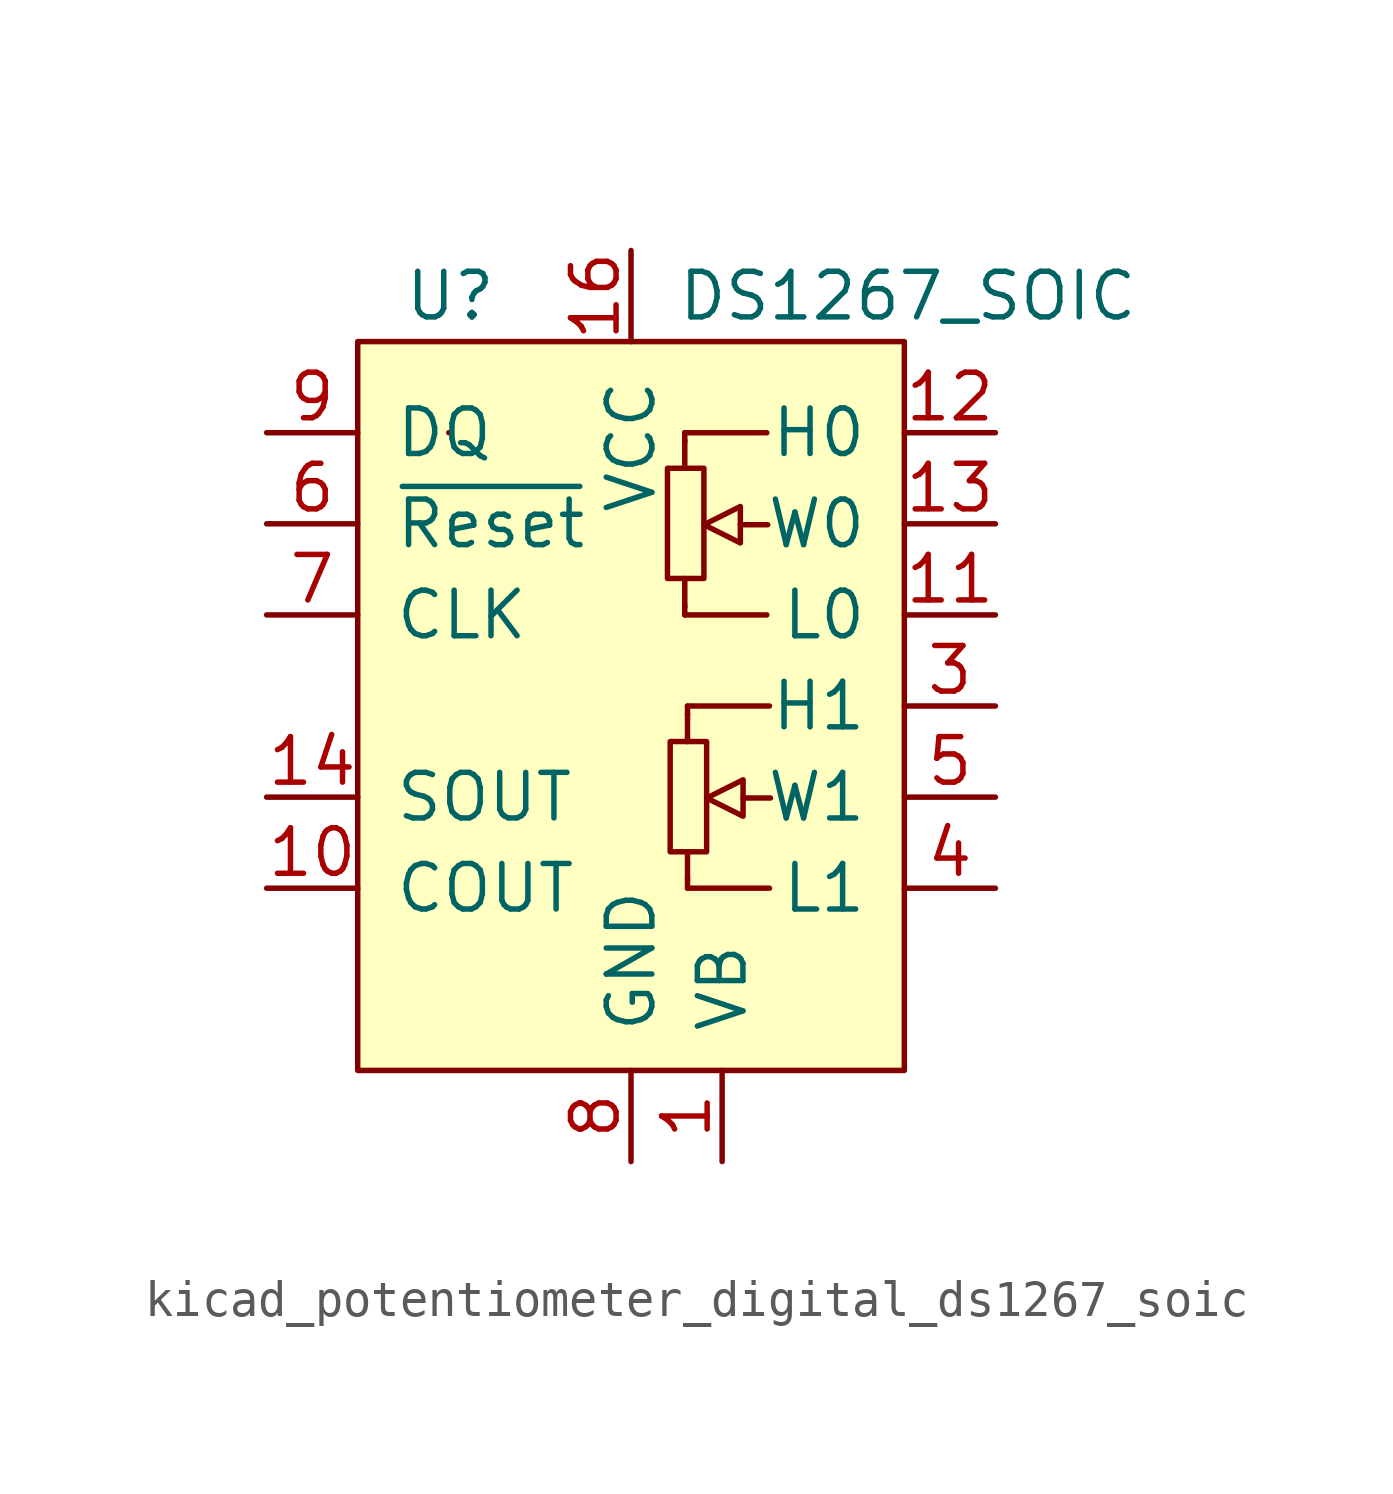
<source format=kicad_sym>
(kicad_symbol_lib
  (version 20220914)
  (generator kicad_symbol_editor)
  (symbol "kicad_potentiometer_digital_ds1267_soic"
    (pin_names
      (offset 1.016))
    (property "Reference" "U"
      (at -6.35 11.43 0)
      (effects (font (size 1.27 1.27)) (justify left)))
    (property "Value" "DS1267_SOIC"
      (at 1.27 11.43 0)
      (effects (font (size 1.27 1.27)) (justify left)))
    (symbol "kicad_potentiometer_digital_ds1267_soic_0_1"
      (rectangle (start -7.62 10.16) (end 7.62 -10.16) (stroke (width 0) (type default)) (fill (type background)))
      (rectangle (start -5.08 7.62) (end -5.08 7.62) (stroke (width 0) (type default)) (fill (type none)))
      (polyline (pts (xy 1.499 2.769) (xy 1.499 3.556)) (stroke (width 0) (type default)) (fill (type none)))
      (polyline (pts (xy 1.499 6.629) (xy 1.499 7.391)) (stroke (width 0) (type default)) (fill (type none)))
      (polyline (pts (xy 1.575 -4.851) (xy 1.575 -4.064)) (stroke (width 0) (type default)) (fill (type none)))
      (polyline (pts (xy 1.575 -0.991) (xy 1.575 -0.229)) (stroke (width 0) (type default)) (fill (type none)))
      (polyline (pts (xy 3.048 5.055) (xy 3.81 5.055)) (stroke (width 0) (type default)) (fill (type none)))
      (polyline (pts (xy 3.124 -2.565) (xy 3.886 -2.565)) (stroke (width 0) (type default)) (fill (type none)))
      (polyline (pts (xy 1.499 2.54) (xy 1.499 2.794) (xy 1.499 2.794)) (stroke (width 0) (type default)) (fill (type background)))
      (polyline (pts (xy 1.499 2.54) (xy 3.785 2.54) (xy 3.785 2.54)) (stroke (width 0) (type default)) (fill (type background)))
      (polyline (pts (xy 1.499 7.62) (xy 1.499 7.366) (xy 1.499 7.366)) (stroke (width 0) (type default)) (fill (type none)))
      (polyline (pts (xy 1.499 7.62) (xy 3.785 7.62) (xy 3.785 7.62)) (stroke (width 0) (type default)) (fill (type background)))
      (polyline (pts (xy 1.575 -5.08) (xy 1.575 -4.826) (xy 1.575 -4.826)) (stroke (width 0) (type default)) (fill (type background)))
      (polyline (pts (xy 1.575 -5.08) (xy 3.861 -5.08) (xy 3.861 -5.08)) (stroke (width 0) (type default)) (fill (type background)))
      (polyline (pts (xy 1.575 0) (xy 1.575 -0.254) (xy 1.575 -0.254)) (stroke (width 0) (type default)) (fill (type none)))
      (polyline (pts (xy 1.575 0) (xy 3.861 0) (xy 3.861 0)) (stroke (width 0) (type default)) (fill (type background)))
      (polyline (pts (xy 3.048 5.563) (xy 3.048 4.547) (xy 2.032 5.055) (xy 3.048 5.563) (xy 3.048 5.563)) (stroke (width 0) (type default)) (fill (type background)))
      (polyline (pts (xy 3.124 -2.057) (xy 3.124 -3.073) (xy 2.108 -2.565) (xy 3.124 -2.057) (xy 3.124 -2.057)) (stroke (width 0) (type default)) (fill (type background)))
      (rectangle (start 2.032 6.629) (end 1.016 3.556) (stroke (width 0) (type default)) (fill (type none)))
      (rectangle (start 2.108 -0.991) (end 1.092 -4.064) (stroke (width 0) (type default)) (fill (type none))))
    (symbol "kicad_potentiometer_digital_ds1267_soic_1_1"
      (pin power_in line (at 2.54 -12.7 90) (length 2.54) (name "VB" (effects (font (size 1.27 1.27)))) (number "1" (effects (font (size 1.27 1.27)))))
      (pin output line (at -10.16 -5.08 0) (length 2.54) (name "COUT" (effects (font (size 1.27 1.27)))) (number "10" (effects (font (size 1.27 1.27)))))
      (pin passive line (at 10.16 2.54 180) (length 2.54) (name "L0" (effects (font (size 1.27 1.27)))) (number "11" (effects (font (size 1.27 1.27)))))
      (pin passive line (at 10.16 7.62 180) (length 2.54) (name "H0" (effects (font (size 1.27 1.27)))) (number "12" (effects (font (size 1.27 1.27)))))
      (pin passive line (at 10.16 5.08 180) (length 2.54) (name "W0" (effects (font (size 1.27 1.27)))) (number "13" (effects (font (size 1.27 1.27)))))
      (pin output line (at -10.16 -2.54 0) (length 2.54) (name "SOUT" (effects (font (size 1.27 1.27)))) (number "14" (effects (font (size 1.27 1.27)))))
      (pin power_in line (at 0 12.7 270) (length 2.54) (name "VCC" (effects (font (size 1.27 1.27)))) (number "16" (effects (font (size 1.27 1.27)))))
      (pin passive line (at 10.16 0 180) (length 2.54) (name "H1" (effects (font (size 1.27 1.27)))) (number "3" (effects (font (size 1.27 1.27)))))
      (pin passive line (at 10.16 -5.08 180) (length 2.54) (name "L1" (effects (font (size 1.27 1.27)))) (number "4" (effects (font (size 1.27 1.27)))))
      (pin passive line (at 10.16 -2.54 180) (length 2.54) (name "W1" (effects (font (size 1.27 1.27)))) (number "5" (effects (font (size 1.27 1.27)))))
      (pin input line (at -10.16 5.08 0) (length 2.54) (name "~{Reset}" (effects (font (size 1.27 1.27)))) (number "6" (effects (font (size 1.27 1.27)))))
      (pin input line (at -10.16 2.54 0) (length 2.54) (name "CLK" (effects (font (size 1.27 1.27)))) (number "7" (effects (font (size 1.27 1.27)))))
      (pin power_in line (at 0 -12.7 90) (length 2.54) (name "GND" (effects (font (size 1.27 1.27)))) (number "8" (effects (font (size 1.27 1.27)))))
      (pin input line (at -10.16 7.62 0) (length 2.54) (name "DQ" (effects (font (size 1.27 1.27)))) (number "9" (effects (font (size 1.27 1.27))))))))
</source>
